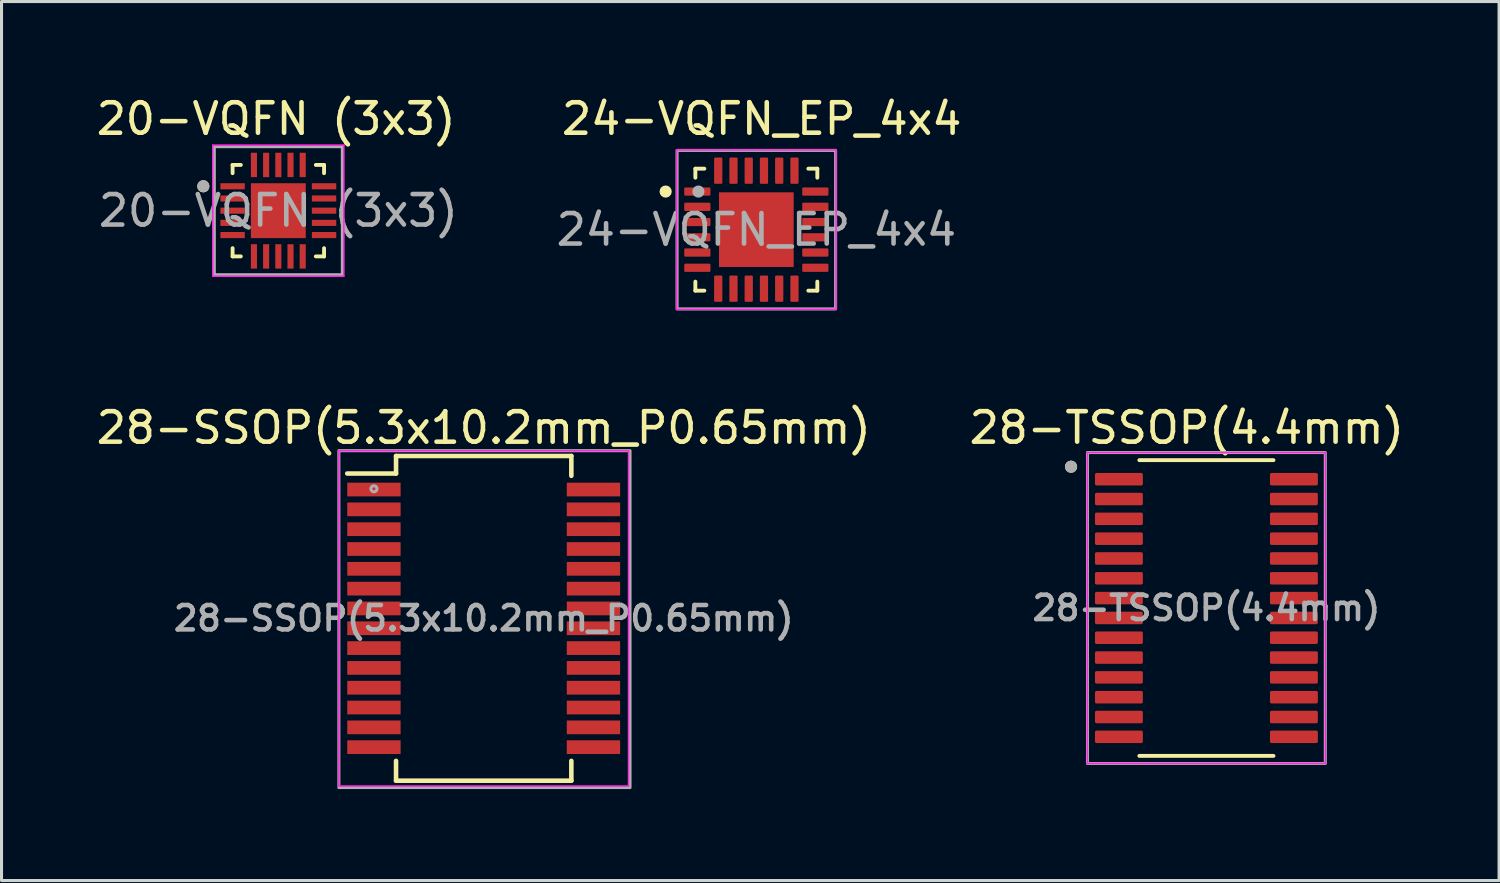
<source format=kicad_pcb>
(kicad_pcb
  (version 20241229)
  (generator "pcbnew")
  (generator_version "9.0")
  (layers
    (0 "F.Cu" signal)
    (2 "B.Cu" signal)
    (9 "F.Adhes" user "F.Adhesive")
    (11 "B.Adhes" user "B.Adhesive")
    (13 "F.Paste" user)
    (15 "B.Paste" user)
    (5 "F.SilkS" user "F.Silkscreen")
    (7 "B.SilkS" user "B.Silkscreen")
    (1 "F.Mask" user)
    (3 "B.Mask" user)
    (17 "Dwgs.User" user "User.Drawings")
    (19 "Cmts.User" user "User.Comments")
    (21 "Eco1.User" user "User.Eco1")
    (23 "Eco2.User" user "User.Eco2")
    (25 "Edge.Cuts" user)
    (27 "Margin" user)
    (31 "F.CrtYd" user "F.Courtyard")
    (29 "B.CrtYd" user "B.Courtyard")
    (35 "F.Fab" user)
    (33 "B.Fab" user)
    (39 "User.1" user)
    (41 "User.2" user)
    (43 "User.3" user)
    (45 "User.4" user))
  (footprint "24-VQFN_EP_4x4"
    (layer "F.Cu")
    (at 21.758 4.483)
    (property "Reference" "24-VQFN_EP_4x4" (at 0.175 -3.635 0) (layer "F.SilkS") (effects (font (size 1 1) (thickness 0.15))))
    (attr smd)
    (fp_line (start -2 -2) (end -2 -1.705) (stroke (width 0.127) (type solid)) (layer "F.SilkS"))
    (fp_line (start -2 -2) (end -1.705 -2) (stroke (width 0.127) (type solid)) (layer "F.SilkS"))
    (fp_line (start -2 2) (end -2 1.705) (stroke (width 0.127) (type solid)) (layer "F.SilkS"))
    (fp_line (start -2 2) (end -1.705 2) (stroke (width 0.127) (type solid)) (layer "F.SilkS"))
    (fp_line (start 2 -2) (end 1.705 -2) (stroke (width 0.127) (type solid)) (layer "F.SilkS"))
    (fp_line (start 2 -2) (end 2 -1.705) (stroke (width 0.127) (type solid)) (layer "F.SilkS"))
    (fp_line (start 2 2) (end 1.705 2) (stroke (width 0.127) (type solid)) (layer "F.SilkS"))
    (fp_line (start 2 2) (end 2 1.705) (stroke (width 0.127) (type solid)) (layer "F.SilkS"))
    (fp_circle (center -2.975 -1.25) (end -2.875 -1.25) (stroke (width 0.2) (type solid)) (fill no) (layer "F.SilkS"))
    (fp_poly (pts (xy -0.775 -0.775) (xy 0.775 -0.775) (xy 0.775 0.775) (xy -0.775 0.775)) (stroke (width 0.01) (type solid)) (fill yes) (layer "F.Paste"))
    (fp_line (start -2.615 -2.615) (end 2.615 -2.615) (stroke (width 0.05) (type solid)) (layer "F.CrtYd"))
    (fp_line (start -2.615 2.615) (end -2.615 -2.615) (stroke (width 0.05) (type solid)) (layer "F.CrtYd"))
    (fp_line (start -2.615 2.615) (end 2.615 2.615) (stroke (width 0.05) (type solid)) (layer "F.CrtYd"))
    (fp_line (start 2.615 2.615) (end 2.615 -2.615) (stroke (width 0.05) (type solid)) (layer "F.CrtYd"))
    (fp_rect (start -2.6 -2.6) (end 2.6 2.6) (stroke (width 0.1) (type default)) (fill no) (layer "F.Fab"))
    (fp_circle (center -1.9 -1.25) (end -1.8 -1.25) (stroke (width 0.2) (type solid)) (fill no) (layer "F.Fab"))
    (fp_text user "${REFERENCE}" (at 0 0 0) (unlocked yes) (layer "F.Fab") (effects (font (size 1 1) (thickness 0.15))))
    (pad "1" smd roundrect (at -1.935 -1.25) (size 0.86 0.27) (layers "F.Cu" "F.Mask" "F.Paste") (roundrect_rratio 0.125))
    (pad "2" smd roundrect (at -1.935 -0.75) (size 0.86 0.27) (layers "F.Cu" "F.Mask" "F.Paste") (roundrect_rratio 0.125))
    (pad "3" smd roundrect (at -1.935 -0.25) (size 0.86 0.27) (layers "F.Cu" "F.Mask" "F.Paste") (roundrect_rratio 0.125))
    (pad "4" smd roundrect (at -1.935 0.25) (size 0.86 0.27) (layers "F.Cu" "F.Mask" "F.Paste") (roundrect_rratio 0.125))
    (pad "5" smd roundrect (at -1.935 0.75) (size 0.86 0.27) (layers "F.Cu" "F.Mask" "F.Paste") (roundrect_rratio 0.125))
    (pad "6" smd roundrect (at -1.935 1.25) (size 0.86 0.27) (layers "F.Cu" "F.Mask" "F.Paste") (roundrect_rratio 0.125))
    (pad "7" smd roundrect (at -1.25 1.935) (size 0.27 0.86) (layers "F.Cu" "F.Mask" "F.Paste") (roundrect_rratio 0.125))
    (pad "8" smd roundrect (at -0.75 1.935) (size 0.27 0.86) (layers "F.Cu" "F.Mask" "F.Paste") (roundrect_rratio 0.125))
    (pad "9" smd roundrect (at -0.25 1.935) (size 0.27 0.86) (layers "F.Cu" "F.Mask" "F.Paste") (roundrect_rratio 0.125))
    (pad "10" smd roundrect (at 0.25 1.935) (size 0.27 0.86) (layers "F.Cu" "F.Mask" "F.Paste") (roundrect_rratio 0.125))
    (pad "11" smd roundrect (at 0.75 1.935) (size 0.27 0.86) (layers "F.Cu" "F.Mask" "F.Paste") (roundrect_rratio 0.125))
    (pad "12" smd roundrect (at 1.25 1.935) (size 0.27 0.86) (layers "F.Cu" "F.Mask" "F.Paste") (roundrect_rratio 0.125))
    (pad "13" smd roundrect (at 1.935 1.25) (size 0.86 0.27) (layers "F.Cu" "F.Mask" "F.Paste") (roundrect_rratio 0.125))
    (pad "14" smd roundrect (at 1.935 0.75) (size 0.86 0.27) (layers "F.Cu" "F.Mask" "F.Paste") (roundrect_rratio 0.125))
    (pad "15" smd roundrect (at 1.935 0.25) (size 0.86 0.27) (layers "F.Cu" "F.Mask" "F.Paste") (roundrect_rratio 0.125))
    (pad "16" smd roundrect (at 1.935 -0.25) (size 0.86 0.27) (layers "F.Cu" "F.Mask" "F.Paste") (roundrect_rratio 0.125))
    (pad "17" smd roundrect (at 1.935 -0.75) (size 0.86 0.27) (layers "F.Cu" "F.Mask" "F.Paste") (roundrect_rratio 0.125))
    (pad "18" smd roundrect (at 1.935 -1.25) (size 0.86 0.27) (layers "F.Cu" "F.Mask" "F.Paste") (roundrect_rratio 0.125))
    (pad "19" smd roundrect (at 1.25 -1.935) (size 0.27 0.86) (layers "F.Cu" "F.Mask" "F.Paste") (roundrect_rratio 0.125))
    (pad "20" smd roundrect (at 0.75 -1.935) (size 0.27 0.86) (layers "F.Cu" "F.Mask" "F.Paste") (roundrect_rratio 0.125))
    (pad "21" smd roundrect (at 0.25 -1.935) (size 0.27 0.86) (layers "F.Cu" "F.Mask" "F.Paste") (roundrect_rratio 0.125))
    (pad "22" smd roundrect (at -0.25 -1.935) (size 0.27 0.86) (layers "F.Cu" "F.Mask" "F.Paste") (roundrect_rratio 0.125))
    (pad "23" smd roundrect (at -0.75 -1.935) (size 0.27 0.86) (layers "F.Cu" "F.Mask" "F.Paste") (roundrect_rratio 0.125))
    (pad "24" smd roundrect (at -1.25 -1.935) (size 0.27 0.86) (layers "F.Cu" "F.Mask" "F.Paste") (roundrect_rratio 0.125))
    (pad "25" smd rect (at 0 0) (size 2.45 2.45) (layers "F.Cu" "F.Mask")))
  (footprint "28-TSSOP(4.4mm)"
    (layer "F.Cu")
    (at 36.52 16.893)
    (property "Reference" "28-TSSOP(4.4mm)" (at -0.645 -5.912 0) (layer "F.SilkS") (effects (font (size 1 1) (thickness 0.15))))
    (attr smd)
    (fp_line (start -2.2 -4.85) (end 2.2 -4.85) (stroke (width 0.127) (type solid)) (layer "F.SilkS"))
    (fp_line (start -2.2 4.85) (end 2.2 4.85) (stroke (width 0.127) (type solid)) (layer "F.SilkS"))
    (fp_circle (center -4.44 -4.635) (end -4.34 -4.635) (stroke (width 0.2) (type solid)) (fill no) (layer "F.SilkS"))
    (fp_line (start -3.905 -5.1) (end -3.905 5.1) (stroke (width 0.05) (type solid)) (layer "F.CrtYd"))
    (fp_line (start -3.905 -5.1) (end 3.905 -5.1) (stroke (width 0.05) (type solid)) (layer "F.CrtYd"))
    (fp_line (start -3.905 5.1) (end 3.905 5.1) (stroke (width 0.05) (type solid)) (layer "F.CrtYd"))
    (fp_line (start 3.905 -5.1) (end 3.905 5.1) (stroke (width 0.05) (type solid)) (layer "F.CrtYd"))
    (fp_rect (start -3.9 -5.1) (end 3.9 5.1) (stroke (width 0.1) (type default)) (fill no) (layer "F.Fab"))
    (fp_circle (center -4.44 -4.635) (end -4.34 -4.635) (stroke (width 0.2) (type solid)) (fill no) (layer "F.Fab"))
    (fp_text user "${REFERENCE}" (at 0 0 0) (layer "F.Fab") (effects (font (size 0.8 0.8) (thickness 0.15))))
    (pad "1" smd roundrect (at -2.87 -4.225) (size 1.57 0.41) (layers "F.Cu" "F.Mask" "F.Paste") (roundrect_rratio 0.125))
    (pad "2" smd roundrect (at -2.87 -3.575) (size 1.57 0.41) (layers "F.Cu" "F.Mask" "F.Paste") (roundrect_rratio 0.125))
    (pad "3" smd roundrect (at -2.87 -2.925) (size 1.57 0.41) (layers "F.Cu" "F.Mask" "F.Paste") (roundrect_rratio 0.125))
    (pad "4" smd roundrect (at -2.87 -2.275) (size 1.57 0.41) (layers "F.Cu" "F.Mask" "F.Paste") (roundrect_rratio 0.125))
    (pad "5" smd roundrect (at -2.87 -1.625) (size 1.57 0.41) (layers "F.Cu" "F.Mask" "F.Paste") (roundrect_rratio 0.125))
    (pad "6" smd roundrect (at -2.87 -0.975) (size 1.57 0.41) (layers "F.Cu" "F.Mask" "F.Paste") (roundrect_rratio 0.125))
    (pad "7" smd roundrect (at -2.87 -0.325) (size 1.57 0.41) (layers "F.Cu" "F.Mask" "F.Paste") (roundrect_rratio 0.125))
    (pad "8" smd roundrect (at -2.87 0.325) (size 1.57 0.41) (layers "F.Cu" "F.Mask" "F.Paste") (roundrect_rratio 0.125))
    (pad "9" smd roundrect (at -2.87 0.975) (size 1.57 0.41) (layers "F.Cu" "F.Mask" "F.Paste") (roundrect_rratio 0.125))
    (pad "10" smd roundrect (at -2.87 1.625) (size 1.57 0.41) (layers "F.Cu" "F.Mask" "F.Paste") (roundrect_rratio 0.125))
    (pad "11" smd roundrect (at -2.87 2.275) (size 1.57 0.41) (layers "F.Cu" "F.Mask" "F.Paste") (roundrect_rratio 0.125))
    (pad "12" smd roundrect (at -2.87 2.925) (size 1.57 0.41) (layers "F.Cu" "F.Mask" "F.Paste") (roundrect_rratio 0.125))
    (pad "13" smd roundrect (at -2.87 3.575) (size 1.57 0.41) (layers "F.Cu" "F.Mask" "F.Paste") (roundrect_rratio 0.125))
    (pad "14" smd roundrect (at -2.87 4.225) (size 1.57 0.41) (layers "F.Cu" "F.Mask" "F.Paste") (roundrect_rratio 0.125))
    (pad "15" smd roundrect (at 2.87 4.225) (size 1.57 0.41) (layers "F.Cu" "F.Mask" "F.Paste") (roundrect_rratio 0.125))
    (pad "16" smd roundrect (at 2.87 3.575) (size 1.57 0.41) (layers "F.Cu" "F.Mask" "F.Paste") (roundrect_rratio 0.125))
    (pad "17" smd roundrect (at 2.87 2.925) (size 1.57 0.41) (layers "F.Cu" "F.Mask" "F.Paste") (roundrect_rratio 0.125))
    (pad "18" smd roundrect (at 2.87 2.275) (size 1.57 0.41) (layers "F.Cu" "F.Mask" "F.Paste") (roundrect_rratio 0.125))
    (pad "19" smd roundrect (at 2.87 1.625) (size 1.57 0.41) (layers "F.Cu" "F.Mask" "F.Paste") (roundrect_rratio 0.125))
    (pad "20" smd roundrect (at 2.87 0.975) (size 1.57 0.41) (layers "F.Cu" "F.Mask" "F.Paste") (roundrect_rratio 0.125))
    (pad "21" smd roundrect (at 2.87 0.325) (size 1.57 0.41) (layers "F.Cu" "F.Mask" "F.Paste") (roundrect_rratio 0.125))
    (pad "22" smd roundrect (at 2.87 -0.325) (size 1.57 0.41) (layers "F.Cu" "F.Mask" "F.Paste") (roundrect_rratio 0.125))
    (pad "23" smd roundrect (at 2.87 -0.975) (size 1.57 0.41) (layers "F.Cu" "F.Mask" "F.Paste") (roundrect_rratio 0.125))
    (pad "24" smd roundrect (at 2.87 -1.625) (size 1.57 0.41) (layers "F.Cu" "F.Mask" "F.Paste") (roundrect_rratio 0.125))
    (pad "25" smd roundrect (at 2.87 -2.275) (size 1.57 0.41) (layers "F.Cu" "F.Mask" "F.Paste") (roundrect_rratio 0.125))
    (pad "26" smd roundrect (at 2.87 -2.925) (size 1.57 0.41) (layers "F.Cu" "F.Mask" "F.Paste") (roundrect_rratio 0.125))
    (pad "27" smd roundrect (at 2.87 -3.575) (size 1.57 0.41) (layers "F.Cu" "F.Mask" "F.Paste") (roundrect_rratio 0.125))
    (pad "28" smd roundrect (at 2.87 -4.225) (size 1.57 0.41) (layers "F.Cu" "F.Mask" "F.Paste") (roundrect_rratio 0.125)))
  (footprint "28-SSOP(5.3x10.2mm_P0.65mm)"
    (layer "F.Cu")
    (at 12.815 17.232)
    (property "Reference" "28-SSOP(5.3x10.2mm_P0.65mm)" (at 0 -6.25 0) (layer "F.SilkS") (effects (font (size 1 1) (thickness 0.15))))
    (attr smd)
    (fp_line (start -2.875 -5.325) (end -2.875 -4.75) (stroke (width 0.15) (type solid)) (layer "F.SilkS"))
    (fp_line (start -2.875 -5.325) (end 2.875 -5.325) (stroke (width 0.15) (type solid)) (layer "F.SilkS"))
    (fp_line (start -2.875 -4.75) (end -4.475 -4.75) (stroke (width 0.15) (type solid)) (layer "F.SilkS"))
    (fp_line (start -2.875 5.325) (end -2.875 4.675) (stroke (width 0.15) (type solid)) (layer "F.SilkS"))
    (fp_line (start -2.875 5.325) (end 2.875 5.325) (stroke (width 0.15) (type solid)) (layer "F.SilkS"))
    (fp_line (start 2.875 -5.325) (end 2.875 -4.675) (stroke (width 0.15) (type solid)) (layer "F.SilkS"))
    (fp_line (start 2.875 5.325) (end 2.875 4.675) (stroke (width 0.15) (type solid)) (layer "F.SilkS"))
    (fp_line (start -4.75 -5.5) (end -4.75 5.5) (stroke (width 0.05) (type solid)) (layer "F.CrtYd"))
    (fp_line (start -4.75 -5.5) (end 4.75 -5.5) (stroke (width 0.05) (type solid)) (layer "F.CrtYd"))
    (fp_line (start -4.75 5.5) (end 4.75 5.5) (stroke (width 0.05) (type solid)) (layer "F.CrtYd"))
    (fp_line (start 4.75 -5.5) (end 4.75 5.5) (stroke (width 0.05) (type solid)) (layer "F.CrtYd"))
    (fp_rect (start -4.75 -5.5) (end 4.8 5.55) (stroke (width 0.1) (type default)) (fill no) (layer "F.Fab"))
    (fp_circle (center -3.6 -4.25) (end -3.5 -4.25) (stroke (width 0.1) (type solid)) (fill no) (layer "F.Fab"))
    (fp_text user "${REFERENCE}" (at 0 0 0) (layer "F.Fab") (effects (font (size 0.8 0.8) (thickness 0.15))))
    (pad "1" smd rect (at -3.6 -4.225) (size 1.75 0.45) (layers "F.Cu" "F.Mask" "F.Paste"))
    (pad "2" smd rect (at -3.6 -3.575) (size 1.75 0.45) (layers "F.Cu" "F.Mask" "F.Paste"))
    (pad "3" smd rect (at -3.6 -2.925) (size 1.75 0.45) (layers "F.Cu" "F.Mask" "F.Paste"))
    (pad "4" smd rect (at -3.6 -2.275) (size 1.75 0.45) (layers "F.Cu" "F.Mask" "F.Paste"))
    (pad "5" smd rect (at -3.6 -1.625) (size 1.75 0.45) (layers "F.Cu" "F.Mask" "F.Paste"))
    (pad "6" smd rect (at -3.6 -0.975) (size 1.75 0.45) (layers "F.Cu" "F.Mask" "F.Paste"))
    (pad "7" smd rect (at -3.6 -0.325) (size 1.75 0.45) (layers "F.Cu" "F.Mask" "F.Paste"))
    (pad "8" smd rect (at -3.6 0.325) (size 1.75 0.45) (layers "F.Cu" "F.Mask" "F.Paste"))
    (pad "9" smd rect (at -3.6 0.975) (size 1.75 0.45) (layers "F.Cu" "F.Mask" "F.Paste"))
    (pad "10" smd rect (at -3.6 1.625) (size 1.75 0.45) (layers "F.Cu" "F.Mask" "F.Paste"))
    (pad "11" smd rect (at -3.6 2.275) (size 1.75 0.45) (layers "F.Cu" "F.Mask" "F.Paste"))
    (pad "12" smd rect (at -3.6 2.925) (size 1.75 0.45) (layers "F.Cu" "F.Mask" "F.Paste"))
    (pad "13" smd rect (at -3.6 3.575) (size 1.75 0.45) (layers "F.Cu" "F.Mask" "F.Paste"))
    (pad "14" smd rect (at -3.6 4.225) (size 1.75 0.45) (layers "F.Cu" "F.Mask" "F.Paste"))
    (pad "15" smd rect (at 3.6 4.225) (size 1.75 0.45) (layers "F.Cu" "F.Mask" "F.Paste"))
    (pad "16" smd rect (at 3.6 3.575) (size 1.75 0.45) (layers "F.Cu" "F.Mask" "F.Paste"))
    (pad "17" smd rect (at 3.6 2.925) (size 1.75 0.45) (layers "F.Cu" "F.Mask" "F.Paste"))
    (pad "18" smd rect (at 3.6 2.275) (size 1.75 0.45) (layers "F.Cu" "F.Mask" "F.Paste"))
    (pad "19" smd rect (at 3.6 1.625) (size 1.75 0.45) (layers "F.Cu" "F.Mask" "F.Paste"))
    (pad "20" smd rect (at 3.6 0.975) (size 1.75 0.45) (layers "F.Cu" "F.Mask" "F.Paste"))
    (pad "21" smd rect (at 3.6 0.325) (size 1.75 0.45) (layers "F.Cu" "F.Mask" "F.Paste"))
    (pad "22" smd rect (at 3.6 -0.325) (size 1.75 0.45) (layers "F.Cu" "F.Mask" "F.Paste"))
    (pad "23" smd rect (at 3.6 -0.975) (size 1.75 0.45) (layers "F.Cu" "F.Mask" "F.Paste"))
    (pad "24" smd rect (at 3.6 -1.625) (size 1.75 0.45) (layers "F.Cu" "F.Mask" "F.Paste"))
    (pad "25" smd rect (at 3.6 -2.275) (size 1.75 0.45) (layers "F.Cu" "F.Mask" "F.Paste"))
    (pad "26" smd rect (at 3.6 -2.925) (size 1.75 0.45) (layers "F.Cu" "F.Mask" "F.Paste"))
    (pad "27" smd rect (at 3.6 -3.575) (size 1.75 0.45) (layers "F.Cu" "F.Mask" "F.Paste"))
    (pad "28" smd rect (at 3.6 -4.225) (size 1.75 0.45) (layers "F.Cu" "F.Mask" "F.Paste")))
  (footprint "20-VQFN (3x3)"
    (layer "F.Cu")
    (at 6.079 3.86)
    (property "Reference" "20-VQFN (3x3)" (at -0.073 -3.011 0) (layer "F.SilkS") (effects (font (size 1 1) (thickness 0.15))))
    (attr smd)
    (fp_poly (pts (xy -1.95 -0.95) (xy -1.05 -0.95) (xy -1.05 -0.65) (xy -1.95 -0.65)) (stroke (width 0.01) (type solid)) (fill yes) (layer "F.Mask"))
    (fp_poly (pts (xy -1.95 -0.55) (xy -1.05 -0.55) (xy -1.05 -0.25) (xy -1.95 -0.25)) (stroke (width 0.01) (type solid)) (fill yes) (layer "F.Mask"))
    (fp_poly (pts (xy -1.95 -0.15) (xy -1.05 -0.15) (xy -1.05 0.15) (xy -1.95 0.15)) (stroke (width 0.01) (type solid)) (fill yes) (layer "F.Mask"))
    (fp_poly (pts (xy -1.95 0.25) (xy -1.05 0.25) (xy -1.05 0.55) (xy -1.95 0.55)) (stroke (width 0.01) (type solid)) (fill yes) (layer "F.Mask"))
    (fp_poly (pts (xy -1.95 0.65) (xy -1.05 0.65) (xy -1.05 0.95) (xy -1.95 0.95)) (stroke (width 0.01) (type solid)) (fill yes) (layer "F.Mask"))
    (fp_poly (pts (xy -0.95 -1.95) (xy -0.65 -1.95) (xy -0.65 -1.05) (xy -0.95 -1.05)) (stroke (width 0.01) (type solid)) (fill yes) (layer "F.Mask"))
    (fp_poly (pts (xy -0.95 -0.95) (xy 0.95 -0.95) (xy 0.95 0.95) (xy -0.95 0.95)) (stroke (width 0.01) (type solid)) (fill yes) (layer "F.Mask"))
    (fp_poly (pts (xy -0.95 1.05) (xy -0.65 1.05) (xy -0.65 1.95) (xy -0.95 1.95)) (stroke (width 0.01) (type solid)) (fill yes) (layer "F.Mask"))
    (fp_poly (pts (xy -0.55 -1.95) (xy -0.25 -1.95) (xy -0.25 -1.05) (xy -0.55 -1.05)) (stroke (width 0.01) (type solid)) (fill yes) (layer "F.Mask"))
    (fp_poly (pts (xy -0.55 1.05) (xy -0.25 1.05) (xy -0.25 1.95) (xy -0.55 1.95)) (stroke (width 0.01) (type solid)) (fill yes) (layer "F.Mask"))
    (fp_poly (pts (xy -0.15 -1.95) (xy 0.15 -1.95) (xy 0.15 -1.05) (xy -0.15 -1.05)) (stroke (width 0.01) (type solid)) (fill yes) (layer "F.Mask"))
    (fp_poly (pts (xy -0.15 1.05) (xy 0.15 1.05) (xy 0.15 1.95) (xy -0.15 1.95)) (stroke (width 0.01) (type solid)) (fill yes) (layer "F.Mask"))
    (fp_poly (pts (xy 0.25 -1.95) (xy 0.55 -1.95) (xy 0.55 -1.05) (xy 0.25 -1.05)) (stroke (width 0.01) (type solid)) (fill yes) (layer "F.Mask"))
    (fp_poly (pts (xy 0.25 1.05) (xy 0.55 1.05) (xy 0.55 1.95) (xy 0.25 1.95)) (stroke (width 0.01) (type solid)) (fill yes) (layer "F.Mask"))
    (fp_poly (pts (xy 0.65 -1.95) (xy 0.95 -1.95) (xy 0.95 -1.05) (xy 0.65 -1.05)) (stroke (width 0.01) (type solid)) (fill yes) (layer "F.Mask"))
    (fp_poly (pts (xy 0.65 1.05) (xy 0.95 1.05) (xy 0.95 1.95) (xy 0.65 1.95)) (stroke (width 0.01) (type solid)) (fill yes) (layer "F.Mask"))
    (fp_poly (pts (xy 1.05 -0.95) (xy 1.95 -0.95) (xy 1.95 -0.65) (xy 1.05 -0.65)) (stroke (width 0.01) (type solid)) (fill yes) (layer "F.Mask"))
    (fp_poly (pts (xy 1.05 -0.55) (xy 1.95 -0.55) (xy 1.95 -0.25) (xy 1.05 -0.25)) (stroke (width 0.01) (type solid)) (fill yes) (layer "F.Mask"))
    (fp_poly (pts (xy 1.05 -0.15) (xy 1.95 -0.15) (xy 1.95 0.15) (xy 1.05 0.15)) (stroke (width 0.01) (type solid)) (fill yes) (layer "F.Mask"))
    (fp_poly (pts (xy 1.05 0.25) (xy 1.95 0.25) (xy 1.95 0.55) (xy 1.05 0.55)) (stroke (width 0.01) (type solid)) (fill yes) (layer "F.Mask"))
    (fp_poly (pts (xy 1.05 0.65) (xy 1.95 0.65) (xy 1.95 0.95) (xy 1.05 0.95)) (stroke (width 0.01) (type solid)) (fill yes) (layer "F.Mask"))
    (fp_line (start -1.5 -1.5) (end -1.5 -1.23) (stroke (width 0.127) (type solid)) (layer "F.SilkS"))
    (fp_line (start -1.5 -1.5) (end -1.23 -1.5) (stroke (width 0.127) (type solid)) (layer "F.SilkS"))
    (fp_line (start -1.5 1.5) (end -1.5 1.23) (stroke (width 0.127) (type solid)) (layer "F.SilkS"))
    (fp_line (start -1.5 1.5) (end -1.23 1.5) (stroke (width 0.127) (type solid)) (layer "F.SilkS"))
    (fp_line (start 1.5 -1.5) (end 1.23 -1.5) (stroke (width 0.127) (type solid)) (layer "F.SilkS"))
    (fp_line (start 1.5 -1.5) (end 1.5 -1.23) (stroke (width 0.127) (type solid)) (layer "F.SilkS"))
    (fp_line (start 1.5 1.5) (end 1.23 1.5) (stroke (width 0.127) (type solid)) (layer "F.SilkS"))
    (fp_line (start 1.5 1.5) (end 1.5 1.23) (stroke (width 0.127) (type solid)) (layer "F.SilkS"))
    (fp_circle (center -2.46 -0.8) (end -2.36 -0.8) (stroke (width 0.2) (type solid)) (fill no) (layer "F.SilkS"))
    (fp_poly (pts (xy -0.569 -0.569) (xy 0.569 -0.569) (xy 0.569 0.569) (xy -0.569 0.569)) (stroke (width 0.01) (type solid)) (fill yes) (layer "F.Paste"))
    (fp_line (start -2.15 -2.15) (end 2.15 -2.15) (stroke (width 0.05) (type solid)) (layer "F.CrtYd"))
    (fp_line (start -2.15 2.15) (end -2.15 -2.15) (stroke (width 0.05) (type solid)) (layer "F.CrtYd"))
    (fp_line (start -2.15 2.15) (end 2.15 2.15) (stroke (width 0.05) (type solid)) (layer "F.CrtYd"))
    (fp_line (start 2.15 2.15) (end 2.15 -2.15) (stroke (width 0.05) (type solid)) (layer "F.CrtYd"))
    (fp_rect (start -2.1 -2.1) (end 2.1 2.1) (stroke (width 0.1) (type default)) (fill no) (layer "F.Fab"))
    (fp_circle (center -2.46 -0.8) (end -2.36 -0.8) (stroke (width 0.2) (type solid)) (fill no) (layer "F.Fab"))
    (fp_text user "${REFERENCE}" (at 0 0 0) (unlocked yes) (layer "F.Fab") (effects (font (size 1 1) (thickness 0.15))))
    (pad "1" smd rect (at -1.5 -0.8) (size 0.8 0.2) (layers "F.Cu" "F.Paste"))
    (pad "2" smd rect (at -1.5 -0.4) (size 0.8 0.2) (layers "F.Cu" "F.Paste"))
    (pad "3" smd rect (at -1.5 0) (size 0.8 0.2) (layers "F.Cu" "F.Paste"))
    (pad "4" smd rect (at -1.5 0.4) (size 0.8 0.2) (layers "F.Cu" "F.Paste"))
    (pad "5" smd rect (at -1.5 0.8) (size 0.8 0.2) (layers "F.Cu" "F.Paste"))
    (pad "6" smd rect (at -0.8 1.5) (size 0.2 0.8) (layers "F.Cu" "F.Paste"))
    (pad "7" smd rect (at -0.4 1.5) (size 0.2 0.8) (layers "F.Cu" "F.Paste"))
    (pad "8" smd rect (at 0 1.5) (size 0.2 0.8) (layers "F.Cu" "F.Paste"))
    (pad "9" smd rect (at 0.4 1.5) (size 0.2 0.8) (layers "F.Cu" "F.Paste"))
    (pad "10" smd rect (at 0.8 1.5) (size 0.2 0.8) (layers "F.Cu" "F.Paste"))
    (pad "11" smd rect (at 1.5 0.8) (size 0.8 0.2) (layers "F.Cu" "F.Paste"))
    (pad "12" smd rect (at 1.5 0.4) (size 0.8 0.2) (layers "F.Cu" "F.Paste"))
    (pad "13" smd rect (at 1.5 0) (size 0.8 0.2) (layers "F.Cu" "F.Paste"))
    (pad "14" smd rect (at 1.5 -0.4) (size 0.8 0.2) (layers "F.Cu" "F.Paste"))
    (pad "15" smd rect (at 1.5 -0.8) (size 0.8 0.2) (layers "F.Cu" "F.Paste"))
    (pad "16" smd rect (at 0.8 -1.5) (size 0.2 0.8) (layers "F.Cu" "F.Paste"))
    (pad "17" smd rect (at 0.4 -1.5) (size 0.2 0.8) (layers "F.Cu" "F.Paste"))
    (pad "18" smd rect (at 0 -1.5) (size 0.2 0.8) (layers "F.Cu" "F.Paste"))
    (pad "19" smd rect (at -0.4 -1.5) (size 0.2 0.8) (layers "F.Cu" "F.Paste"))
    (pad "20" smd rect (at -0.8 -1.5) (size 0.2 0.8) (layers "F.Cu" "F.Paste"))
    (pad "EP" smd rect (at 0 0) (size 1.8 1.8) (layers "F.Cu")))
  (gr_rect
    (start -3 -3)
    (end 46.119 25.831)
    (stroke (width 0.1) (type default))
    (fill no)
    (layer "Edge.Cuts")))
</source>
